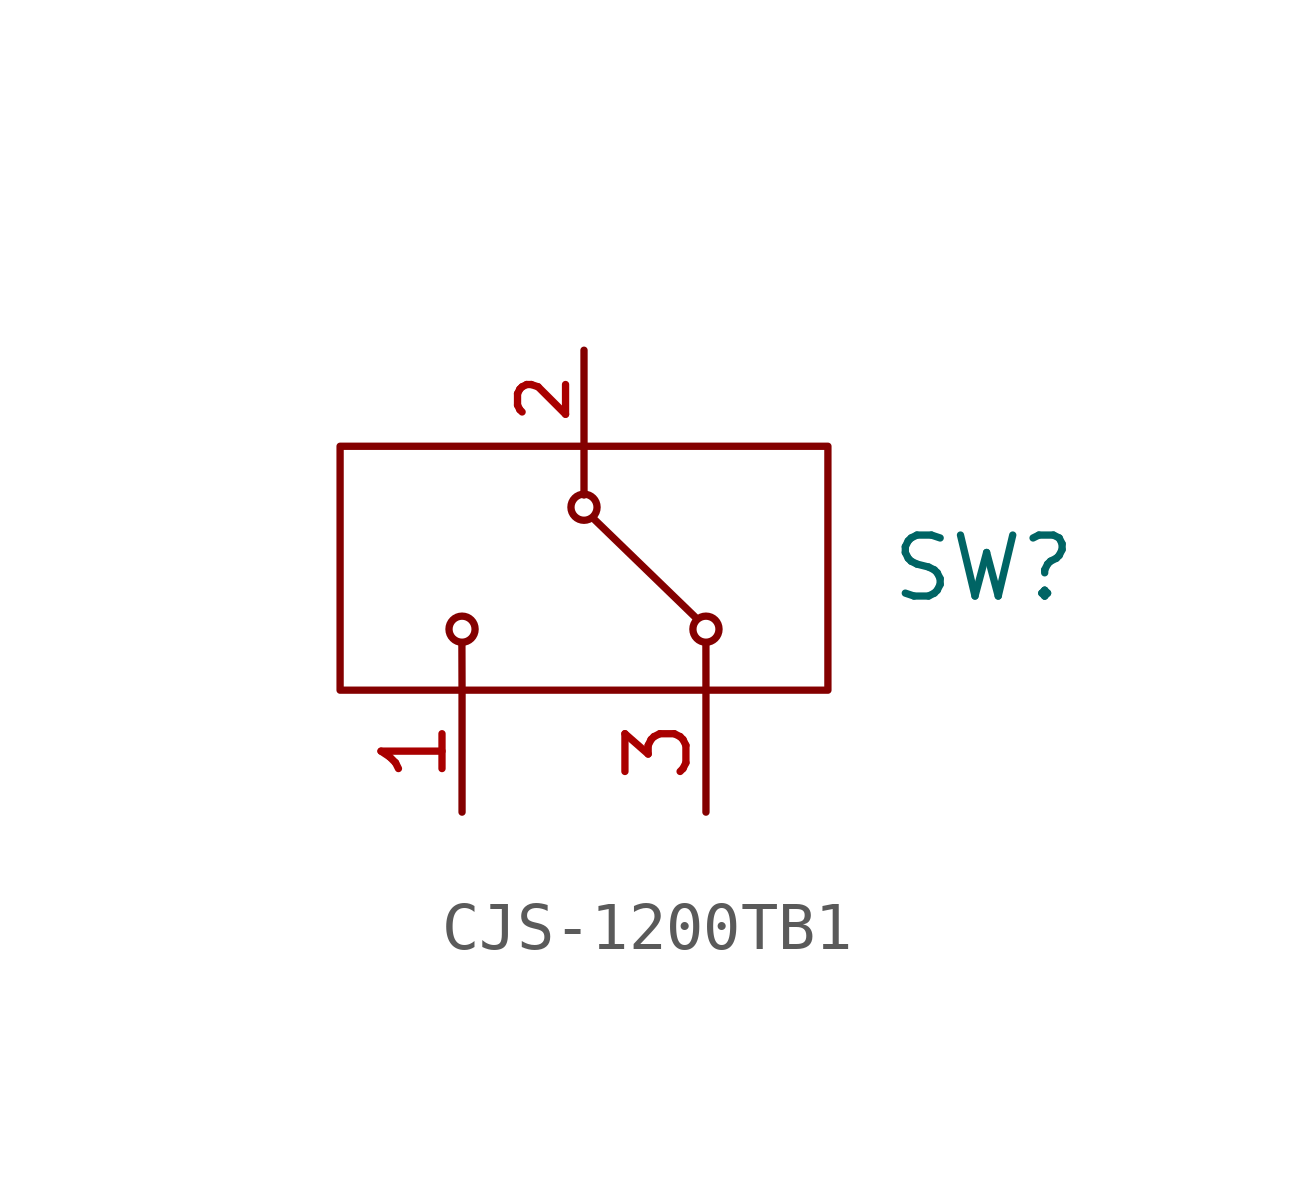
<source format=kicad_sym>
(kicad_symbol_lib
  (version 20220914)
  (generator kicad_symbol_editor)
  (symbol "CJS-1200TB1"
    (property "Reference" "SW"
      (at 6.35 0 0)
      (effects (font (size 1.27 1.27)) (justify left)))
    (property "Value" ""
      (at -6.35 6.35 0)
      (effects (font (size 1.27 1.27))))
    (symbol "CJS-1200TB1_0_1"
      (rectangle (start -5.08 2.54) (end 5.08 -2.54) (stroke (width 0) (type default)) (fill (type none)))
      (polyline (pts (xy -2.54 -2.54) (xy -2.543 -1.575)) (stroke (width 0) (type default)) (fill (type none)))
      (polyline (pts (xy 0 2.54) (xy 0 1.524)) (stroke (width 0) (type default)) (fill (type none)))
      (polyline (pts (xy 2.54 -2.54) (xy 2.539 -1.563)) (stroke (width 0) (type default)) (fill (type none))))
    (symbol "CJS-1200TB1_1_1"
      (circle (center -2.54 -1.27) (radius 0.272) (stroke (width 0) (type default)) (fill (type none)))
      (polyline (pts (xy 2.323 -1.025) (xy 0.197 1.034)) (stroke (width 0) (type default)) (fill (type none)))
      (circle (center 0 1.27) (radius 0.272) (stroke (width 0) (type default)) (fill (type none)))
      (circle (center 2.54 -1.27) (radius 0.272) (stroke (width 0) (type default)) (fill (type none)))
      (pin passive line (at -2.54 -5.08 90) (length 2.54) (name "1" (effects (font (size 0 0)))) (number "1" (effects (font (size 1.27 1.27)))))
      (pin passive line (at 0 4.54 270) (length 2) (name "2" (effects (font (size 0 0)))) (number "2" (effects (font (size 1 1)))))
      (pin passive line (at 2.54 -5.08 90) (length 2.54) (name "3" (effects (font (size 0 0)))) (number "3" (effects (font (size 1.27 1.27))))))))
</source>
